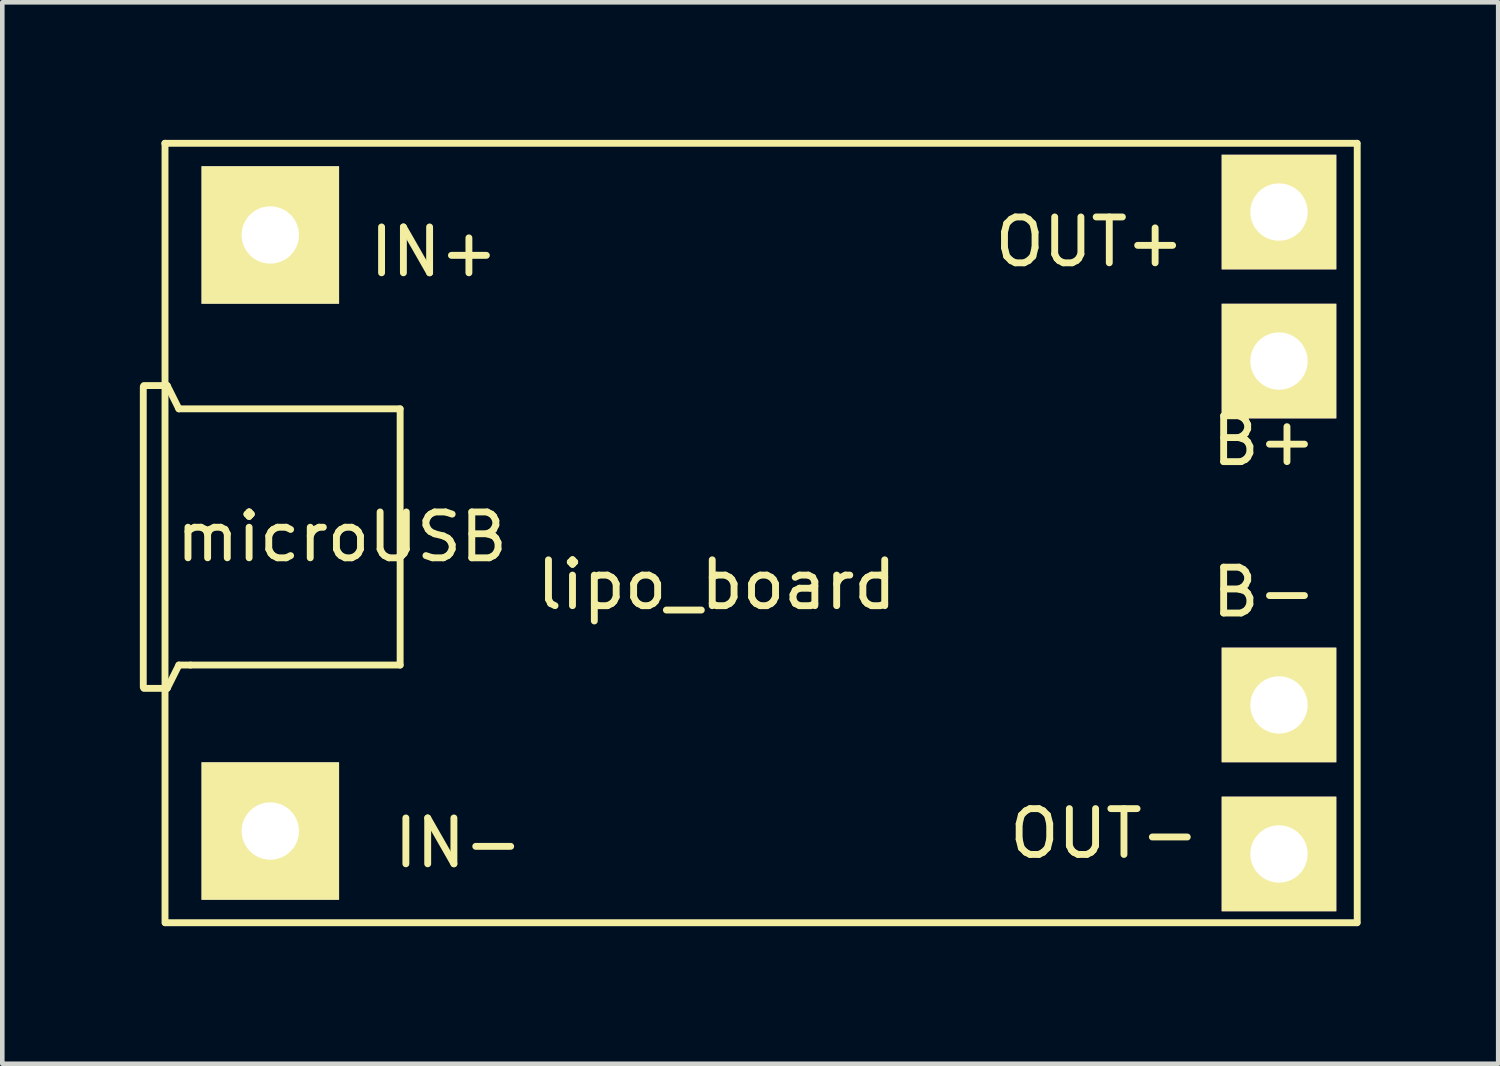
<source format=kicad_pcb>
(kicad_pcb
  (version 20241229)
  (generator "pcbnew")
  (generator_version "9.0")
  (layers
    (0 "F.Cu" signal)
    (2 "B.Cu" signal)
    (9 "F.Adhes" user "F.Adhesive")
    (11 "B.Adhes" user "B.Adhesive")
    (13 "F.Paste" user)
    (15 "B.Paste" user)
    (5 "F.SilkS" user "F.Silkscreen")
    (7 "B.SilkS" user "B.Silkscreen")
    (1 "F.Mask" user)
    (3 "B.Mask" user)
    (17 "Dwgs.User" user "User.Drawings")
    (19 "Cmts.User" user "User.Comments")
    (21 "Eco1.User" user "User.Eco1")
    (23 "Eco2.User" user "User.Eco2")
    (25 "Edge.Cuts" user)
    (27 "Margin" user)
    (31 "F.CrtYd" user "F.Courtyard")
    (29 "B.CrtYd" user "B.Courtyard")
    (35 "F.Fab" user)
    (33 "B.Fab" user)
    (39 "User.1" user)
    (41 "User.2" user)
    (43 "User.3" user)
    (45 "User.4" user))
  (footprint "lipo_board"
    (layer "F.Cu")
    (at 13.845 8.575)
    (property "Reference" "lipo_board" (at -1.266 1.13 0) (layer "F.SilkS") (effects (font (size 1 1) (thickness 0.15))))
    (attr through_hole)
    (fp_line (start -13.77 3.36) (end -13.77 -3.19) (stroke (width 0.15) (type solid)) (layer "F.SilkS"))
    (fp_line (start -13.756 -3.216) (end -13.248 -3.216) (stroke (width 0.15) (type solid)) (layer "F.SilkS"))
    (fp_line (start -13.756 3.388) (end -13.248 3.388) (stroke (width 0.15) (type solid)) (layer "F.SilkS"))
    (fp_line (start -13.3 -8.5) (end 12.7 -8.5) (stroke (width 0.15) (type solid)) (layer "F.SilkS"))
    (fp_line (start -13.296 8.5) (end -13.296 -8.5) (stroke (width 0.15) (type solid)) (layer "F.SilkS"))
    (fp_line (start -13.29 8.5) (end 12.7 8.5) (stroke (width 0.15) (type solid)) (layer "F.SilkS"))
    (fp_line (start -13.248 -3.216) (end -12.994 -2.708) (stroke (width 0.15) (type solid)) (layer "F.SilkS"))
    (fp_line (start -13.248 3.388) (end -12.994 2.88) (stroke (width 0.15) (type solid)) (layer "F.SilkS"))
    (fp_line (start -12.994 -2.708) (end -8.168 -2.708) (stroke (width 0.15) (type solid)) (layer "F.SilkS"))
    (fp_line (start -12.994 2.88) (end -12.74 2.88) (stroke (width 0.15) (type solid)) (layer "F.SilkS"))
    (fp_line (start -8.168 -2.708) (end -8.168 2.88) (stroke (width 0.15) (type solid)) (layer "F.SilkS"))
    (fp_line (start -8.168 2.88) (end -12.74 2.88) (stroke (width 0.15) (type solid)) (layer "F.SilkS"))
    (fp_line (start 12.706 -8.5) (end 12.706 8.5) (stroke (width 0.15) (type solid)) (layer "F.SilkS"))
    (fp_text user "IN-" (at -6.9 6.76 0) (layer "F.SilkS") (effects (font (size 1 1) (thickness 0.15))))
    (fp_text user "B-" (at 10.674 1.29 0) (layer "F.SilkS") (effects (font (size 1 1) (thickness 0.15))))
    (fp_text user "OUT+" (at 6.87 -6.348 0) (layer "F.SilkS") (effects (font (size 1 1) (thickness 0.15))))
    (fp_text user "OUT-" (at 7.19 6.556 0) (layer "F.SilkS") (effects (font (size 1 1) (thickness 0.15))))
    (fp_text user "B+" (at 10.674 -2.012 0) (layer "F.SilkS") (effects (font (size 1 1) (thickness 0.15))))
    (fp_text user "IN+" (at -7.43 -6.13 0) (layer "F.SilkS") (effects (font (size 1 1) (thickness 0.15))))
    (fp_text user "microUSB" (at -9.438 0.086 180) (layer "F.SilkS") (effects (font (size 1 1) (thickness 0.15))))
    (pad "1" thru_hole rect (at -11 -6.5) (size 3 3) (drill 1.25) (layers "*.Cu" "*.Mask" "F.SilkS"))
    (pad "2" thru_hole rect (at -11 6.5) (size 3 3) (drill 1.25) (layers "*.Cu" "*.Mask" "F.SilkS"))
    (pad "3" thru_hole rect (at 11 -3.75) (size 2.5 2.5) (drill 1.25) (layers "*.Cu" "*.Mask" "F.SilkS"))
    (pad "4" thru_hole rect (at 11 3.75) (size 2.5 2.5) (drill 1.25) (layers "*.Cu" "*.Mask" "F.SilkS"))
    (pad "5" thru_hole rect (at 11 -7) (size 2.5 2.5) (drill 1.25) (layers "*.Cu" "*.Mask" "F.SilkS"))
    (pad "6" thru_hole rect (at 11 7) (size 2.5 2.5) (drill 1.25) (layers "*.Cu" "*.Mask" "F.SilkS")))
  (gr_rect
    (start -3 -3)
    (end 29.626 20.15)
    (stroke (width 0.1) (type default))
    (fill no)
    (layer "Edge.Cuts")))
</source>
